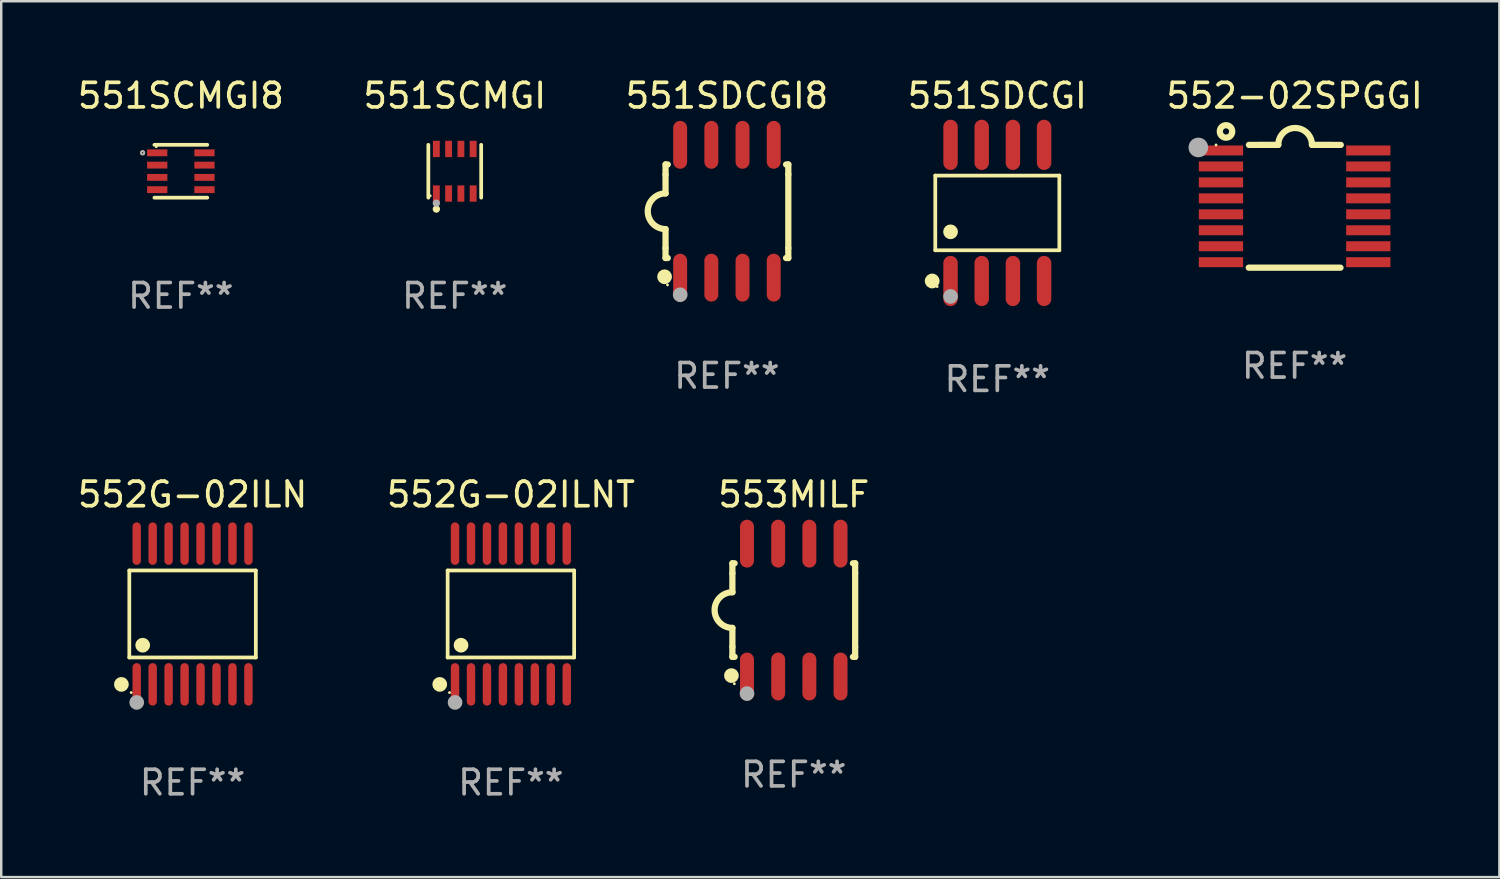
<source format=kicad_pcb>
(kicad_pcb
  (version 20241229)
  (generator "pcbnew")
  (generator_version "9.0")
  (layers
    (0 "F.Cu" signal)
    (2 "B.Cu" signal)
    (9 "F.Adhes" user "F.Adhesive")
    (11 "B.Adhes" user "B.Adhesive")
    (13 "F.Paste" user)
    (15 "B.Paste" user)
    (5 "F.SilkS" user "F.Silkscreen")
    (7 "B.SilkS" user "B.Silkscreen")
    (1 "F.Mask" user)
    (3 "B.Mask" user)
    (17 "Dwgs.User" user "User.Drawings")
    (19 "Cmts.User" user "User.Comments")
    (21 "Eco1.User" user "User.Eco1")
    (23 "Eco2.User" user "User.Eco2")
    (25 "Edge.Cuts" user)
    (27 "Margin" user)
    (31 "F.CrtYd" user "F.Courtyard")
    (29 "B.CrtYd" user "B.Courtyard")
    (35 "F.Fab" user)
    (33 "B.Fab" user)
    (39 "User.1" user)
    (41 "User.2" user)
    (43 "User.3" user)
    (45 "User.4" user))
  (footprint "552G-02ILNT"
    (layer "F.Cu")
    (at 17.756 21.955)
    (property "Reference" "552G-02ILNT" (at 0 -4.866 0) (layer "F.SilkS") (effects (font (size 1 1) (thickness 0.15))))
    (attr through_hole)
    (fp_line (start -2.576 -1.772) (end 2.576 -1.772) (stroke (width 0.152) (type solid)) (layer "F.SilkS"))
    (fp_line (start -2.576 1.771) (end -2.576 -1.772) (stroke (width 0.152) (type solid)) (layer "F.SilkS"))
    (fp_line (start 2.576 -1.772) (end 2.576 1.771) (stroke (width 0.152) (type solid)) (layer "F.SilkS"))
    (fp_line (start 2.576 1.771) (end -2.576 1.771) (stroke (width 0.152) (type solid)) (layer "F.SilkS"))
    (fp_circle (center -2.899 2.866) (end -2.749 2.866) (stroke (width 0.3) (type solid)) (fill no) (layer "F.SilkS"))
    (fp_circle (center -2.5 3.2) (end -2.47 3.2) (stroke (width 0.06) (type solid)) (fill no) (layer "F.SilkS"))
    (fp_circle (center -2.032 1.27) (end -1.882 1.27) (stroke (width 0.3) (type solid)) (fill no) (layer "F.SilkS"))
    (fp_circle (center -2.275 3.6) (end -2.125 3.6) (stroke (width 0.3) (type solid)) (fill no) (layer "F.Fab"))
    (fp_text user "REF**" (at 0 6.866 0) (layer "F.Fab") (effects (font (size 1 1) (thickness 0.15))))
    (pad "1" smd oval (at -2.275 2.866) (size 0.343 1.731) (layers "F.Cu" "F.Mask" "F.Paste"))
    (pad "2" smd oval (at -1.625 2.866) (size 0.343 1.731) (layers "F.Cu" "F.Mask" "F.Paste"))
    (pad "3" smd oval (at -0.975 2.866) (size 0.343 1.731) (layers "F.Cu" "F.Mask" "F.Paste"))
    (pad "4" smd oval (at -0.325 2.866) (size 0.343 1.731) (layers "F.Cu" "F.Mask" "F.Paste"))
    (pad "5" smd oval (at 0.325 2.866) (size 0.343 1.731) (layers "F.Cu" "F.Mask" "F.Paste"))
    (pad "6" smd oval (at 0.975 2.866) (size 0.343 1.731) (layers "F.Cu" "F.Mask" "F.Paste"))
    (pad "7" smd oval (at 1.625 2.866) (size 0.343 1.731) (layers "F.Cu" "F.Mask" "F.Paste"))
    (pad "8" smd oval (at 2.275 2.866) (size 0.343 1.731) (layers "F.Cu" "F.Mask" "F.Paste"))
    (pad "9" smd oval (at 2.275 -2.866) (size 0.343 1.731) (layers "F.Cu" "F.Mask" "F.Paste"))
    (pad "10" smd oval (at 1.625 -2.866) (size 0.343 1.731) (layers "F.Cu" "F.Mask" "F.Paste"))
    (pad "11" smd oval (at 0.975 -2.866) (size 0.343 1.731) (layers "F.Cu" "F.Mask" "F.Paste"))
    (pad "12" smd oval (at 0.325 -2.866) (size 0.343 1.731) (layers "F.Cu" "F.Mask" "F.Paste"))
    (pad "13" smd oval (at -0.325 -2.866) (size 0.343 1.731) (layers "F.Cu" "F.Mask" "F.Paste"))
    (pad "14" smd oval (at -0.975 -2.866) (size 0.343 1.731) (layers "F.Cu" "F.Mask" "F.Paste"))
    (pad "15" smd oval (at -1.625 -2.866) (size 0.343 1.731) (layers "F.Cu" "F.Mask" "F.Paste"))
    (pad "16" smd oval (at -2.275 -2.866) (size 0.343 1.731) (layers "F.Cu" "F.Mask" "F.Paste")))
  (footprint "551SDCGI"
    (layer "F.Cu")
    (at 37.565 5.621)
    (property "Reference" "551SDCGI" (at 0 -4.772 0) (layer "F.SilkS") (effects (font (size 1 1) (thickness 0.15))))
    (attr through_hole)
    (fp_line (start -2.526 -1.521) (end 2.526 -1.521) (stroke (width 0.152) (type solid)) (layer "F.SilkS"))
    (fp_line (start -2.526 1.521) (end -2.526 -1.521) (stroke (width 0.152) (type solid)) (layer "F.SilkS"))
    (fp_line (start 2.526 -1.521) (end 2.526 1.521) (stroke (width 0.152) (type solid)) (layer "F.SilkS"))
    (fp_line (start 2.526 1.521) (end -2.526 1.521) (stroke (width 0.152) (type solid)) (layer "F.SilkS"))
    (fp_circle (center -2.652 2.772) (end -2.501 2.772) (stroke (width 0.3) (type solid)) (fill no) (layer "F.SilkS"))
    (fp_circle (center -2.45 3) (end -2.42 3) (stroke (width 0.06) (type solid)) (fill no) (layer "F.SilkS"))
    (fp_circle (center -1.905 0.769) (end -1.755 0.769) (stroke (width 0.3) (type solid)) (fill no) (layer "F.SilkS"))
    (fp_circle (center -1.905 3.4) (end -1.755 3.4) (stroke (width 0.3) (type solid)) (fill no) (layer "F.Fab"))
    (fp_text user "REF**" (at 0 6.772 0) (layer "F.Fab") (effects (font (size 1 1) (thickness 0.15))))
    (pad "1" smd oval (at -1.905 2.772) (size 0.588 2.045) (layers "F.Cu" "F.Mask" "F.Paste"))
    (pad "2" smd oval (at -0.635 2.772) (size 0.588 2.045) (layers "F.Cu" "F.Mask" "F.Paste"))
    (pad "3" smd oval (at 0.635 2.772) (size 0.588 2.045) (layers "F.Cu" "F.Mask" "F.Paste"))
    (pad "4" smd oval (at 1.905 2.772) (size 0.588 2.045) (layers "F.Cu" "F.Mask" "F.Paste"))
    (pad "5" smd oval (at 1.905 -2.772) (size 0.588 2.045) (layers "F.Cu" "F.Mask" "F.Paste"))
    (pad "6" smd oval (at 0.635 -2.772) (size 0.588 2.045) (layers "F.Cu" "F.Mask" "F.Paste"))
    (pad "7" smd oval (at -0.635 -2.772) (size 0.588 2.045) (layers "F.Cu" "F.Mask" "F.Paste"))
    (pad "8" smd oval (at -1.905 -2.772) (size 0.588 2.045) (layers "F.Cu" "F.Mask" "F.Paste")))
  (footprint "552G-02ILN"
    (layer "F.Cu")
    (at 4.792 21.955)
    (property "Reference" "552G-02ILN" (at 0 -4.866 0) (layer "F.SilkS") (effects (font (size 1 1) (thickness 0.15))))
    (attr through_hole)
    (fp_line (start -2.576 -1.772) (end 2.576 -1.772) (stroke (width 0.152) (type solid)) (layer "F.SilkS"))
    (fp_line (start -2.576 1.771) (end -2.576 -1.772) (stroke (width 0.152) (type solid)) (layer "F.SilkS"))
    (fp_line (start 2.576 -1.772) (end 2.576 1.771) (stroke (width 0.152) (type solid)) (layer "F.SilkS"))
    (fp_line (start 2.576 1.771) (end -2.576 1.771) (stroke (width 0.152) (type solid)) (layer "F.SilkS"))
    (fp_circle (center -2.899 2.866) (end -2.749 2.866) (stroke (width 0.3) (type solid)) (fill no) (layer "F.SilkS"))
    (fp_circle (center -2.5 3.2) (end -2.47 3.2) (stroke (width 0.06) (type solid)) (fill no) (layer "F.SilkS"))
    (fp_circle (center -2.032 1.27) (end -1.882 1.27) (stroke (width 0.3) (type solid)) (fill no) (layer "F.SilkS"))
    (fp_circle (center -2.275 3.6) (end -2.125 3.6) (stroke (width 0.3) (type solid)) (fill no) (layer "F.Fab"))
    (fp_text user "REF**" (at 0 6.866 0) (layer "F.Fab") (effects (font (size 1 1) (thickness 0.15))))
    (pad "1" smd oval (at -2.275 2.866) (size 0.343 1.731) (layers "F.Cu" "F.Mask" "F.Paste"))
    (pad "2" smd oval (at -1.625 2.866) (size 0.343 1.731) (layers "F.Cu" "F.Mask" "F.Paste"))
    (pad "3" smd oval (at -0.975 2.866) (size 0.343 1.731) (layers "F.Cu" "F.Mask" "F.Paste"))
    (pad "4" smd oval (at -0.325 2.866) (size 0.343 1.731) (layers "F.Cu" "F.Mask" "F.Paste"))
    (pad "5" smd oval (at 0.325 2.866) (size 0.343 1.731) (layers "F.Cu" "F.Mask" "F.Paste"))
    (pad "6" smd oval (at 0.975 2.866) (size 0.343 1.731) (layers "F.Cu" "F.Mask" "F.Paste"))
    (pad "7" smd oval (at 1.625 2.866) (size 0.343 1.731) (layers "F.Cu" "F.Mask" "F.Paste"))
    (pad "8" smd oval (at 2.275 2.866) (size 0.343 1.731) (layers "F.Cu" "F.Mask" "F.Paste"))
    (pad "9" smd oval (at 2.275 -2.866) (size 0.343 1.731) (layers "F.Cu" "F.Mask" "F.Paste"))
    (pad "10" smd oval (at 1.625 -2.866) (size 0.343 1.731) (layers "F.Cu" "F.Mask" "F.Paste"))
    (pad "11" smd oval (at 0.975 -2.866) (size 0.343 1.731) (layers "F.Cu" "F.Mask" "F.Paste"))
    (pad "12" smd oval (at 0.325 -2.866) (size 0.343 1.731) (layers "F.Cu" "F.Mask" "F.Paste"))
    (pad "13" smd oval (at -0.325 -2.866) (size 0.343 1.731) (layers "F.Cu" "F.Mask" "F.Paste"))
    (pad "14" smd oval (at -0.975 -2.866) (size 0.343 1.731) (layers "F.Cu" "F.Mask" "F.Paste"))
    (pad "15" smd oval (at -1.625 -2.866) (size 0.343 1.731) (layers "F.Cu" "F.Mask" "F.Paste"))
    (pad "16" smd oval (at -2.275 -2.866) (size 0.343 1.731) (layers "F.Cu" "F.Mask" "F.Paste")))
  (footprint "551SCMGI"
    (layer "F.Cu")
    (at 15.47 3.924)
    (property "Reference" "551SCMGI" (at 0 -3.076 0) (layer "F.SilkS") (effects (font (size 1 1) (thickness 0.15))))
    (attr through_hole)
    (fp_line (start -1.076 1.076) (end -1.076 -1.076) (stroke (width 0.152) (type solid)) (layer "F.SilkS"))
    (fp_line (start 1.076 1.076) (end 1.076 -1.076) (stroke (width 0.152) (type solid)) (layer "F.SilkS"))
    (fp_circle (center -1 1) (end -0.97 1) (stroke (width 0.06) (type solid)) (fill no) (layer "F.SilkS"))
    (fp_circle (center -0.75 1.54) (end -0.675 1.54) (stroke (width 0.15) (type solid)) (fill no) (layer "F.SilkS"))
    (fp_circle (center -0.75 1.3) (end -0.675 1.3) (stroke (width 0.15) (type solid)) (fill no) (layer "F.Fab"))
    (fp_text user "REF**" (at 0 5.076 0) (layer "F.Fab") (effects (font (size 1 1) (thickness 0.15))))
    (pad "1" smd rect (at -0.75 0.908) (size 0.28 0.665) (layers "F.Cu" "F.Mask" "F.Paste"))
    (pad "2" smd rect (at -0.25 0.908) (size 0.28 0.665) (layers "F.Cu" "F.Mask" "F.Paste"))
    (pad "3" smd rect (at 0.25 0.908) (size 0.28 0.665) (layers "F.Cu" "F.Mask" "F.Paste"))
    (pad "4" smd rect (at 0.75 0.908) (size 0.28 0.665) (layers "F.Cu" "F.Mask" "F.Paste"))
    (pad "5" smd rect (at 0.75 -0.908) (size 0.28 0.665) (layers "F.Cu" "F.Mask" "F.Paste"))
    (pad "6" smd rect (at 0.25 -0.908) (size 0.28 0.665) (layers "F.Cu" "F.Mask" "F.Paste"))
    (pad "7" smd rect (at -0.25 -0.908) (size 0.28 0.665) (layers "F.Cu" "F.Mask" "F.Paste"))
    (pad "8" smd rect (at -0.75 -0.908) (size 0.28 0.665) (layers "F.Cu" "F.Mask" "F.Paste")))
  (footprint "551SDCGI8"
    (layer "F.Cu")
    (at 26.554 5.553)
    (property "Reference" "551SDCGI8" (at 0 -4.705 0) (layer "F.SilkS") (effects (font (size 1 1) (thickness 0.15))))
    (attr through_hole)
    (fp_line (start -2.5 -1.905) (end -2.409 -1.905) (stroke (width 0.254) (type solid)) (layer "F.SilkS"))
    (fp_line (start -2.5 -1.5) (end -2.5 -1.905) (stroke (width 0.254) (type solid)) (layer "F.SilkS"))
    (fp_line (start -2.5 -1.5) (end -2.5 -0.726) (stroke (width 0.254) (type solid)) (layer "F.SilkS"))
    (fp_line (start -2.5 1.5) (end -2.5 0.727) (stroke (width 0.254) (type solid)) (layer "F.SilkS"))
    (fp_line (start -2.5 1.5) (end -2.5 1.905) (stroke (width 0.254) (type solid)) (layer "F.SilkS"))
    (fp_line (start -2.5 1.905) (end -2.409 1.905) (stroke (width 0.254) (type solid)) (layer "F.SilkS"))
    (fp_line (start 2.5 -1.905) (end 2.409 -1.905) (stroke (width 0.254) (type solid)) (layer "F.SilkS"))
    (fp_line (start 2.5 -1.5) (end 2.5 -1.905) (stroke (width 0.254) (type solid)) (layer "F.SilkS"))
    (fp_line (start 2.5 -1.5) (end 2.5 1.5) (stroke (width 0.254) (type solid)) (layer "F.SilkS"))
    (fp_line (start 2.5 1.5) (end 2.5 1.905) (stroke (width 0.254) (type solid)) (layer "F.SilkS"))
    (fp_line (start 2.5 1.905) (end 2.409 1.905) (stroke (width 0.254) (type solid)) (layer "F.SilkS"))
    (fp_arc (start -2.5 0.726568) (mid -3.220316 -0.0023) (end -2.495097 -0.726289) (stroke (width 0.254001) (type solid)) (layer "F.SilkS"))
    (fp_circle (center -2.54 2.667) (end -2.39 2.667) (stroke (width 0.3) (type solid)) (fill no) (layer "F.SilkS"))
    (fp_circle (center -2.42 3) (end -2.39 3) (stroke (width 0.06) (type solid)) (fill no) (layer "F.SilkS"))
    (fp_circle (center -1.905 3.4) (end -1.755 3.4) (stroke (width 0.3) (type solid)) (fill no) (layer "F.Fab"))
    (fp_text user "REF**" (at 0 6.705 0) (layer "F.Fab") (effects (font (size 1 1) (thickness 0.15))))
    (pad "1" smd oval (at -1.905 2.705) (size 0.568 1.95) (layers "F.Cu" "F.Mask" "F.Paste"))
    (pad "2" smd oval (at -0.635 2.705) (size 0.568 1.95) (layers "F.Cu" "F.Mask" "F.Paste"))
    (pad "3" smd oval (at 0.635 2.705) (size 0.568 1.95) (layers "F.Cu" "F.Mask" "F.Paste"))
    (pad "4" smd oval (at 1.905 2.705) (size 0.568 1.95) (layers "F.Cu" "F.Mask" "F.Paste"))
    (pad "5" smd oval (at 1.905 -2.705) (size 0.568 1.95) (layers "F.Cu" "F.Mask" "F.Paste"))
    (pad "6" smd oval (at 0.635 -2.705) (size 0.568 1.95) (layers "F.Cu" "F.Mask" "F.Paste"))
    (pad "7" smd oval (at -0.635 -2.705) (size 0.568 1.95) (layers "F.Cu" "F.Mask" "F.Paste"))
    (pad "8" smd oval (at -1.905 -2.705) (size 0.568 1.95) (layers "F.Cu" "F.Mask" "F.Paste")))
  (footprint "553MILF"
    (layer "F.Cu")
    (at 29.276 21.795)
    (property "Reference" "553MILF" (at 0 -4.705 0) (layer "F.SilkS") (effects (font (size 1 1) (thickness 0.15))))
    (attr through_hole)
    (fp_line (start -2.5 -1.905) (end -2.409 -1.905) (stroke (width 0.254) (type solid)) (layer "F.SilkS"))
    (fp_line (start -2.5 -1.5) (end -2.5 -1.905) (stroke (width 0.254) (type solid)) (layer "F.SilkS"))
    (fp_line (start -2.5 -1.5) (end -2.5 -0.726) (stroke (width 0.254) (type solid)) (layer "F.SilkS"))
    (fp_line (start -2.5 1.5) (end -2.5 0.727) (stroke (width 0.254) (type solid)) (layer "F.SilkS"))
    (fp_line (start -2.5 1.5) (end -2.5 1.905) (stroke (width 0.254) (type solid)) (layer "F.SilkS"))
    (fp_line (start -2.5 1.905) (end -2.409 1.905) (stroke (width 0.254) (type solid)) (layer "F.SilkS"))
    (fp_line (start 2.5 -1.905) (end 2.409 -1.905) (stroke (width 0.254) (type solid)) (layer "F.SilkS"))
    (fp_line (start 2.5 -1.5) (end 2.5 -1.905) (stroke (width 0.254) (type solid)) (layer "F.SilkS"))
    (fp_line (start 2.5 -1.5) (end 2.5 1.5) (stroke (width 0.254) (type solid)) (layer "F.SilkS"))
    (fp_line (start 2.5 1.5) (end 2.5 1.905) (stroke (width 0.254) (type solid)) (layer "F.SilkS"))
    (fp_line (start 2.5 1.905) (end 2.409 1.905) (stroke (width 0.254) (type solid)) (layer "F.SilkS"))
    (fp_arc (start -2.5 0.726568) (mid -3.220316 -0.0023) (end -2.495097 -0.726289) (stroke (width 0.254001) (type solid)) (layer "F.SilkS"))
    (fp_circle (center -2.54 2.667) (end -2.39 2.667) (stroke (width 0.3) (type solid)) (fill no) (layer "F.SilkS"))
    (fp_circle (center -2.42 3) (end -2.39 3) (stroke (width 0.06) (type solid)) (fill no) (layer "F.SilkS"))
    (fp_circle (center -1.905 3.4) (end -1.755 3.4) (stroke (width 0.3) (type solid)) (fill no) (layer "F.Fab"))
    (fp_text user "REF**" (at 0 6.705 0) (layer "F.Fab") (effects (font (size 1 1) (thickness 0.15))))
    (pad "1" smd oval (at -1.905 2.705) (size 0.568 1.95) (layers "F.Cu" "F.Mask" "F.Paste"))
    (pad "2" smd oval (at -0.635 2.705) (size 0.568 1.95) (layers "F.Cu" "F.Mask" "F.Paste"))
    (pad "3" smd oval (at 0.635 2.705) (size 0.568 1.95) (layers "F.Cu" "F.Mask" "F.Paste"))
    (pad "4" smd oval (at 1.905 2.705) (size 0.568 1.95) (layers "F.Cu" "F.Mask" "F.Paste"))
    (pad "5" smd oval (at 1.905 -2.705) (size 0.568 1.95) (layers "F.Cu" "F.Mask" "F.Paste"))
    (pad "6" smd oval (at 0.635 -2.705) (size 0.568 1.95) (layers "F.Cu" "F.Mask" "F.Paste"))
    (pad "7" smd oval (at -0.635 -2.705) (size 0.568 1.95) (layers "F.Cu" "F.Mask" "F.Paste"))
    (pad "8" smd oval (at -1.905 -2.705) (size 0.568 1.95) (layers "F.Cu" "F.Mask" "F.Paste")))
  (footprint "552-02SPGGI"
    (layer "F.Cu")
    (at 49.673 5.35)
    (property "Reference" "552-02SPGGI" (at 0 -4.501 0) (layer "F.SilkS") (effects (font (size 1 1) (thickness 0.15))))
    (attr through_hole)
    (fp_line (start -1.868 2.501) (end 1.868 2.501) (stroke (width 0.254) (type solid)) (layer "F.SilkS"))
    (fp_line (start -1.86 -2.499) (end -0.666 -2.501) (stroke (width 0.254) (type solid)) (layer "F.SilkS"))
    (fp_line (start 0.706 -2.501) (end 1.88 -2.499) (stroke (width 0.254) (type solid)) (layer "F.SilkS"))
    (fp_arc (start -0.665914 -2.501448) (mid 0.019888 -3.18725) (end 0.70569 -2.501448) (stroke (width 0.254001) (type solid)) (layer "F.SilkS"))
    (fp_circle (center -3.2 -2.497) (end -3.17 -2.497) (stroke (width 0.06) (type solid)) (fill no) (layer "F.SilkS"))
    (fp_circle (center -2.794 -3.047) (end -2.54 -3.047) (stroke (width 0.254) (type solid)) (fill no) (layer "F.SilkS"))
    (fp_circle (center -3.921 -2.395) (end -3.721 -2.395) (stroke (width 0.4) (type solid)) (fill no) (layer "F.Fab"))
    (fp_text user "REF**" (at 0 6.501 0) (layer "F.Fab") (effects (font (size 1 1) (thickness 0.15))))
    (pad "1" smd rect (at -3 -2.272) (size 1.803 0.406) (layers "F.Cu" "F.Mask" "F.Paste"))
    (pad "2" smd rect (at -3 -1.622) (size 1.803 0.406) (layers "F.Cu" "F.Mask" "F.Paste"))
    (pad "3" smd rect (at -3 -0.972) (size 1.803 0.406) (layers "F.Cu" "F.Mask" "F.Paste"))
    (pad "4" smd rect (at -3 -0.322) (size 1.803 0.406) (layers "F.Cu" "F.Mask" "F.Paste"))
    (pad "5" smd rect (at -3 0.328) (size 1.803 0.406) (layers "F.Cu" "F.Mask" "F.Paste"))
    (pad "6" smd rect (at -3 0.978) (size 1.803 0.406) (layers "F.Cu" "F.Mask" "F.Paste"))
    (pad "7" smd rect (at -3 1.628) (size 1.803 0.406) (layers "F.Cu" "F.Mask" "F.Paste"))
    (pad "8" smd rect (at -3 2.278) (size 1.803 0.406) (layers "F.Cu" "F.Mask" "F.Paste"))
    (pad "9" smd rect (at 3 2.278) (size 1.803 0.406) (layers "F.Cu" "F.Mask" "F.Paste"))
    (pad "10" smd rect (at 3 1.628) (size 1.803 0.406) (layers "F.Cu" "F.Mask" "F.Paste"))
    (pad "11" smd rect (at 3 0.978) (size 1.803 0.406) (layers "F.Cu" "F.Mask" "F.Paste"))
    (pad "12" smd rect (at 3 0.328) (size 1.803 0.406) (layers "F.Cu" "F.Mask" "F.Paste"))
    (pad "13" smd rect (at 3 -0.322) (size 1.803 0.406) (layers "F.Cu" "F.Mask" "F.Paste"))
    (pad "14" smd rect (at 3 -0.972) (size 1.803 0.406) (layers "F.Cu" "F.Mask" "F.Paste"))
    (pad "15" smd rect (at 3 -1.622) (size 1.803 0.406) (layers "F.Cu" "F.Mask" "F.Paste"))
    (pad "16" smd rect (at 3 -2.272) (size 1.803 0.406) (layers "F.Cu" "F.Mask" "F.Paste")))
  (footprint "551SCMGI8"
    (layer "F.Cu")
    (at 4.315 3.924)
    (property "Reference" "551SCMGI8" (at 0 -3.076 0) (layer "F.SilkS") (effects (font (size 1 1) (thickness 0.15))))
    (attr through_hole)
    (fp_line (start -1.076 -1.076) (end 1.076 -1.076) (stroke (width 0.152) (type solid)) (layer "F.SilkS"))
    (fp_line (start -1.076 1.076) (end 1.076 1.076) (stroke (width 0.152) (type solid)) (layer "F.SilkS"))
    (fp_circle (center -1.557 -0.75) (end -1.523 -0.75) (stroke (width 0.069) (type solid)) (fill no) (layer "F.SilkS"))
    (fp_circle (center -1 -1) (end -0.97 -1) (stroke (width 0.06) (type solid)) (fill no) (layer "F.SilkS"))
    (fp_circle (center -1.557 -0.75) (end -1.523 -0.75) (stroke (width 0.069) (type solid)) (fill no) (layer "F.Fab"))
    (fp_text user "REF**" (at 0 5.076 0) (layer "F.Fab") (effects (font (size 1 1) (thickness 0.15))))
    (pad "1" smd rect (at -0.962 -0.75) (size 0.825 0.28) (layers "F.Cu" "F.Mask" "F.Paste"))
    (pad "2" smd rect (at -0.962 -0.25) (size 0.825 0.28) (layers "F.Cu" "F.Mask" "F.Paste"))
    (pad "3" smd rect (at -0.962 0.25) (size 0.825 0.28) (layers "F.Cu" "F.Mask" "F.Paste"))
    (pad "4" smd rect (at -0.962 0.75) (size 0.825 0.28) (layers "F.Cu" "F.Mask" "F.Paste"))
    (pad "5" smd rect (at 0.962 0.75) (size 0.825 0.28) (layers "F.Cu" "F.Mask" "F.Paste"))
    (pad "6" smd rect (at 0.962 0.25) (size 0.825 0.28) (layers "F.Cu" "F.Mask" "F.Paste"))
    (pad "7" smd rect (at 0.962 -0.25) (size 0.825 0.28) (layers "F.Cu" "F.Mask" "F.Paste"))
    (pad "8" smd rect (at 0.962 -0.75) (size 0.825 0.28) (layers "F.Cu" "F.Mask" "F.Paste")))
  (gr_rect
    (start -3 -3)
    (end 58.012 32.669)
    (stroke (width 0.1) (type default))
    (fill no)
    (layer "Edge.Cuts")))
</source>
